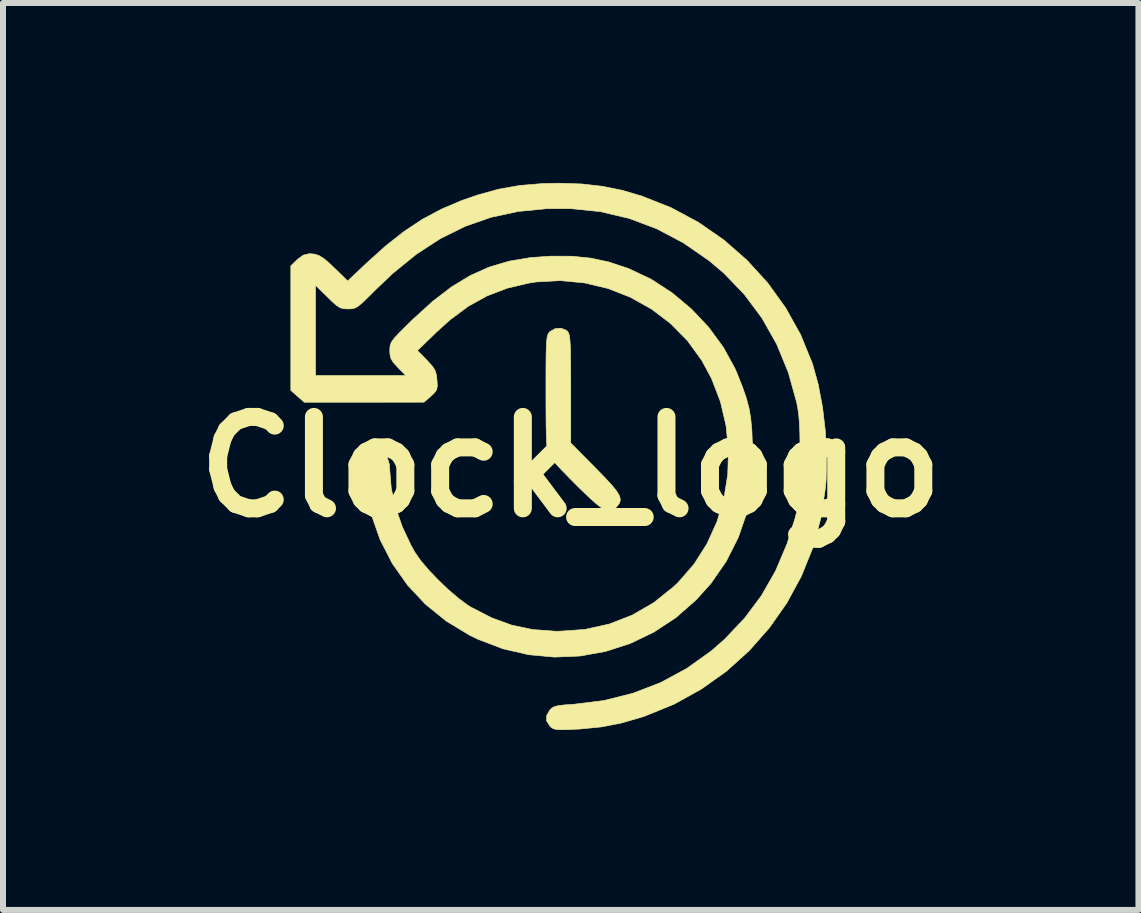
<source format=kicad_pcb>
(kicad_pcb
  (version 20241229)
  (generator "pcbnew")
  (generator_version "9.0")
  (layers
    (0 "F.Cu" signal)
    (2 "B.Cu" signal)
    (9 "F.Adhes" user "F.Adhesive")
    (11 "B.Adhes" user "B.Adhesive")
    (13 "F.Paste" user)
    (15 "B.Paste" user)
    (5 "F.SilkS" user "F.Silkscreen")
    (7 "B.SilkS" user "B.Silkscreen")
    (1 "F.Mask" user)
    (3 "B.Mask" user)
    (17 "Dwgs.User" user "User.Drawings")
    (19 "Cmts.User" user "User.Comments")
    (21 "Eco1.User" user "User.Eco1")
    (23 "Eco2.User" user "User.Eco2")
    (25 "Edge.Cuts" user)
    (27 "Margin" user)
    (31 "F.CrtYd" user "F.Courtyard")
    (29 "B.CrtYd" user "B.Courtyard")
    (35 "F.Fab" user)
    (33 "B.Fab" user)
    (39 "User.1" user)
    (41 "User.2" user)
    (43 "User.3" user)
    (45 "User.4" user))
  (footprint "Clock_logo"
    (layer "F.Cu")
    (at 6.466 4.736)
    (property "Reference" "Clock_logo" (at 0 0 0) (layer "F.SilkS") (effects (font (size 1.524 1.524) (thickness 0.3))))
    (attr through_hole)
    (fp_poly (pts (xy -0.07 -2.276) (xy -0.053 -2.26) (xy -0.037 -2.236) (xy -0.025 -2.2) (xy -0.016 -2.143) (xy -0.009 -2.059) (xy -0.004 -1.941) (xy -0.002 -1.78) (xy -0.000369 -1.571) (xy -0.000001 -1.305) (xy 0 -1.301) (xy 0 -0.4) (xy 0.413 0.017) (xy 0.574 0.182) (xy 0.692 0.311) (xy 0.772 0.411) (xy 0.816 0.489) (xy 0.828 0.55) (xy 0.812 0.604) (xy 0.773 0.656) (xy 0.762 0.667) (xy 0.71 0.711) (xy 0.658 0.732) (xy 0.599 0.726) (xy 0.526 0.69) (xy 0.432 0.619) (xy 0.311 0.511) (xy 0.155 0.361) (xy 0.103 0.31) (xy -0.034 0.171) (xy -0.159 0.043) (xy -0.261 -0.067) (xy -0.334 -0.151) (xy -0.368 -0.197) (xy -0.381 -0.234) (xy -0.392 -0.295) (xy -0.4 -0.384) (xy -0.406 -0.51) (xy -0.41 -0.678) (xy -0.412 -0.894) (xy -0.413 -1.167) (xy -0.413 -1.237) (xy -0.413 -1.508) (xy -0.412 -1.724) (xy -0.41 -1.89) (xy -0.406 -2.014) (xy -0.401 -2.103) (xy -0.393 -2.164) (xy -0.382 -2.205) (xy -0.368 -2.232) (xy -0.35 -2.253) (xy -0.349 -2.254) (xy -0.261 -2.306) (xy -0.159 -2.313) (xy -0.07 -2.276)) (stroke (width 0.01) (type solid)) (fill yes) (layer "F.SilkS"))
    (fp_poly (pts (xy 0.178 -4.719) (xy 0.526 -4.68) (xy 0.861 -4.612) (xy 1.187 -4.516) (xy 1.672 -4.324) (xy 2.129 -4.079) (xy 2.553 -3.785) (xy 2.939 -3.447) (xy 3.285 -3.068) (xy 3.584 -2.652) (xy 3.833 -2.206) (xy 4.027 -1.731) (xy 4.033 -1.714) (xy 4.127 -1.375) (xy 4.199 -0.994) (xy 4.246 -0.591) (xy 4.266 -0.183) (xy 4.259 0.209) (xy 4.249 0.333) (xy 4.172 0.849) (xy 4.037 1.347) (xy 3.846 1.821) (xy 3.603 2.268) (xy 3.311 2.684) (xy 2.974 3.065) (xy 2.595 3.407) (xy 2.177 3.704) (xy 1.724 3.955) (xy 1.238 4.153) (xy 1.191 4.169) (xy 0.846 4.269) (xy 0.512 4.334) (xy 0.157 4.369) (xy 0.092 4.372) (xy -0.067 4.379) (xy -0.176 4.381) (xy -0.247 4.376) (xy -0.293 4.362) (xy -0.328 4.339) (xy -0.345 4.322) (xy -0.403 4.234) (xy -0.4 4.142) (xy -0.351 4.057) (xy -0.317 4.021) (xy -0.275 3.997) (xy -0.21 3.98) (xy -0.11 3.968) (xy 0.038 3.958) (xy 0.55 3.895) (xy 1.038 3.773) (xy 1.502 3.594) (xy 1.939 3.357) (xy 2.346 3.066) (xy 2.567 2.872) (xy 2.898 2.523) (xy 3.18 2.146) (xy 3.415 1.734) (xy 3.607 1.281) (xy 3.74 0.857) (xy 3.767 0.751) (xy 3.788 0.657) (xy 3.803 0.561) (xy 3.812 0.453) (xy 3.818 0.32) (xy 3.822 0.15) (xy 3.823 -0.068) (xy 3.823 -0.127) (xy 3.823 -0.377) (xy 3.82 -0.576) (xy 3.813 -0.735) (xy 3.802 -0.865) (xy 3.786 -0.979) (xy 3.767 -1.078) (xy 3.627 -1.58) (xy 3.434 -2.048) (xy 3.189 -2.482) (xy 2.894 -2.878) (xy 2.55 -3.235) (xy 2.305 -3.442) (xy 1.878 -3.737) (xy 1.435 -3.971) (xy 0.975 -4.144) (xy 0.496 -4.257) (xy -0.002 -4.308) (xy -0.397 -4.307) (xy -0.876 -4.26) (xy -1.328 -4.163) (xy -1.758 -4.013) (xy -2.172 -3.809) (xy -2.573 -3.548) (xy -2.968 -3.227) (xy -3.254 -2.955) (xy -3.38 -2.829) (xy -3.471 -2.741) (xy -3.538 -2.685) (xy -3.591 -2.653) (xy -3.639 -2.639) (xy -3.693 -2.635) (xy -3.713 -2.635) (xy -3.786 -2.639) (xy -3.845 -2.655) (xy -3.905 -2.693) (xy -3.983 -2.762) (xy -4.055 -2.833) (xy -4.255 -3.03) (xy -4.255 -1.524) (xy -2.749 -1.524) (xy -2.883 -1.66) (xy -2.96 -1.745) (xy -3 -1.813) (xy -3.015 -1.888) (xy -3.016 -1.941) (xy -3.015 -1.995) (xy -3.007 -2.041) (xy -2.986 -2.088) (xy -2.945 -2.143) (xy -2.878 -2.217) (xy -2.779 -2.316) (xy -2.642 -2.451) (xy -2.627 -2.465) (xy -2.302 -2.761) (xy -1.989 -3.001) (xy -1.678 -3.19) (xy -1.361 -3.332) (xy -1.028 -3.431) (xy -0.67 -3.491) (xy -0.333 -3.515) (xy 0.019 -3.514) (xy 0.336 -3.482) (xy 0.638 -3.417) (xy 0.949 -3.314) (xy 0.969 -3.306) (xy 1.337 -3.133) (xy 1.687 -2.906) (xy 2.011 -2.635) (xy 2.3 -2.329) (xy 2.546 -1.994) (xy 2.739 -1.641) (xy 2.781 -1.543) (xy 2.864 -1.332) (xy 2.927 -1.151) (xy 2.972 -0.984) (xy 3.001 -0.815) (xy 3.019 -0.629) (xy 3.028 -0.409) (xy 3.03 -0.175) (xy 3.03 0.041) (xy 3.028 0.207) (xy 3.022 0.337) (xy 3.012 0.443) (xy 2.996 0.539) (xy 2.972 0.638) (xy 2.946 0.736) (xy 2.794 1.175) (xy 2.592 1.575) (xy 2.339 1.94) (xy 2.09 2.217) (xy 1.751 2.514) (xy 1.382 2.756) (xy 0.99 2.944) (xy 0.58 3.076) (xy 0.157 3.152) (xy -0.273 3.17) (xy -0.704 3.13) (xy -1.131 3.031) (xy -1.548 2.872) (xy -1.683 2.807) (xy -2.075 2.57) (xy -2.423 2.288) (xy -2.724 1.966) (xy -2.977 1.606) (xy -3.179 1.211) (xy -3.328 0.784) (xy -3.422 0.33) (xy -3.431 0.259) (xy -3.448 0.054) (xy -3.443 -0.097) (xy -3.412 -0.199) (xy -3.355 -0.26) (xy -3.269 -0.285) (xy -3.239 -0.286) (xy -3.136 -0.258) (xy -3.064 -0.176) (xy -3.024 -0.044) (xy -3.016 0.069) (xy -2.992 0.36) (xy -2.921 0.674) (xy -2.808 0.999) (xy -2.657 1.318) (xy -2.598 1.423) (xy -2.505 1.557) (xy -2.373 1.713) (xy -2.215 1.879) (xy -2.046 2.041) (xy -1.878 2.185) (xy -1.726 2.299) (xy -1.667 2.336) (xy -1.321 2.514) (xy -0.982 2.638) (xy -0.633 2.711) (xy -0.256 2.739) (xy -0.191 2.739) (xy 0.237 2.709) (xy 0.643 2.619) (xy 1.026 2.47) (xy 1.384 2.263) (xy 1.715 1.998) (xy 1.791 1.926) (xy 2.056 1.621) (xy 2.272 1.281) (xy 2.438 0.915) (xy 2.554 0.527) (xy 2.618 0.127) (xy 2.63 -0.281) (xy 2.59 -0.688) (xy 2.496 -1.089) (xy 2.348 -1.475) (xy 2.187 -1.774) (xy 1.949 -2.102) (xy 1.667 -2.39) (xy 1.347 -2.633) (xy 0.996 -2.829) (xy 0.622 -2.976) (xy 0.23 -3.069) (xy -0.172 -3.107) (xy -0.577 -3.085) (xy -0.693 -3.067) (xy -1.059 -2.981) (xy -1.394 -2.853) (xy -1.709 -2.679) (xy -2.015 -2.451) (xy -2.234 -2.253) (xy -2.556 -1.941) (xy -2.4 -1.782) (xy -2.315 -1.69) (xy -2.266 -1.619) (xy -2.241 -1.544) (xy -2.23 -1.452) (xy -2.224 -1.351) (xy -2.236 -1.287) (xy -2.275 -1.233) (xy -2.331 -1.181) (xy -2.447 -1.08) (xy -3.445 -1.079) (xy -4.443 -1.079) (xy -4.555 -1.178) (xy -4.667 -1.277) (xy -4.667 -2.315) (xy -4.667 -3.353) (xy -4.563 -3.455) (xy -4.461 -3.531) (xy -4.36 -3.556) (xy -4.354 -3.556) (xy -4.271 -3.549) (xy -4.195 -3.524) (xy -4.113 -3.472) (xy -4.012 -3.386) (xy -3.915 -3.293) (xy -3.719 -3.101) (xy -3.407 -3.396) (xy -3.084 -3.687) (xy -2.776 -3.929) (xy -2.471 -4.131) (xy -2.155 -4.299) (xy -1.817 -4.443) (xy -1.545 -4.537) (xy -1.199 -4.632) (xy -0.847 -4.694) (xy -0.472 -4.725) (xy -0.204 -4.731) (xy 0.178 -4.719)) (stroke (width 0.01) (type solid)) (fill yes) (layer "F.SilkS")))
  (gr_rect
    (start -3 -3)
    (end 15.932 12.122)
    (stroke (width 0.1) (type default))
    (fill no)
    (layer "Edge.Cuts")))
</source>
